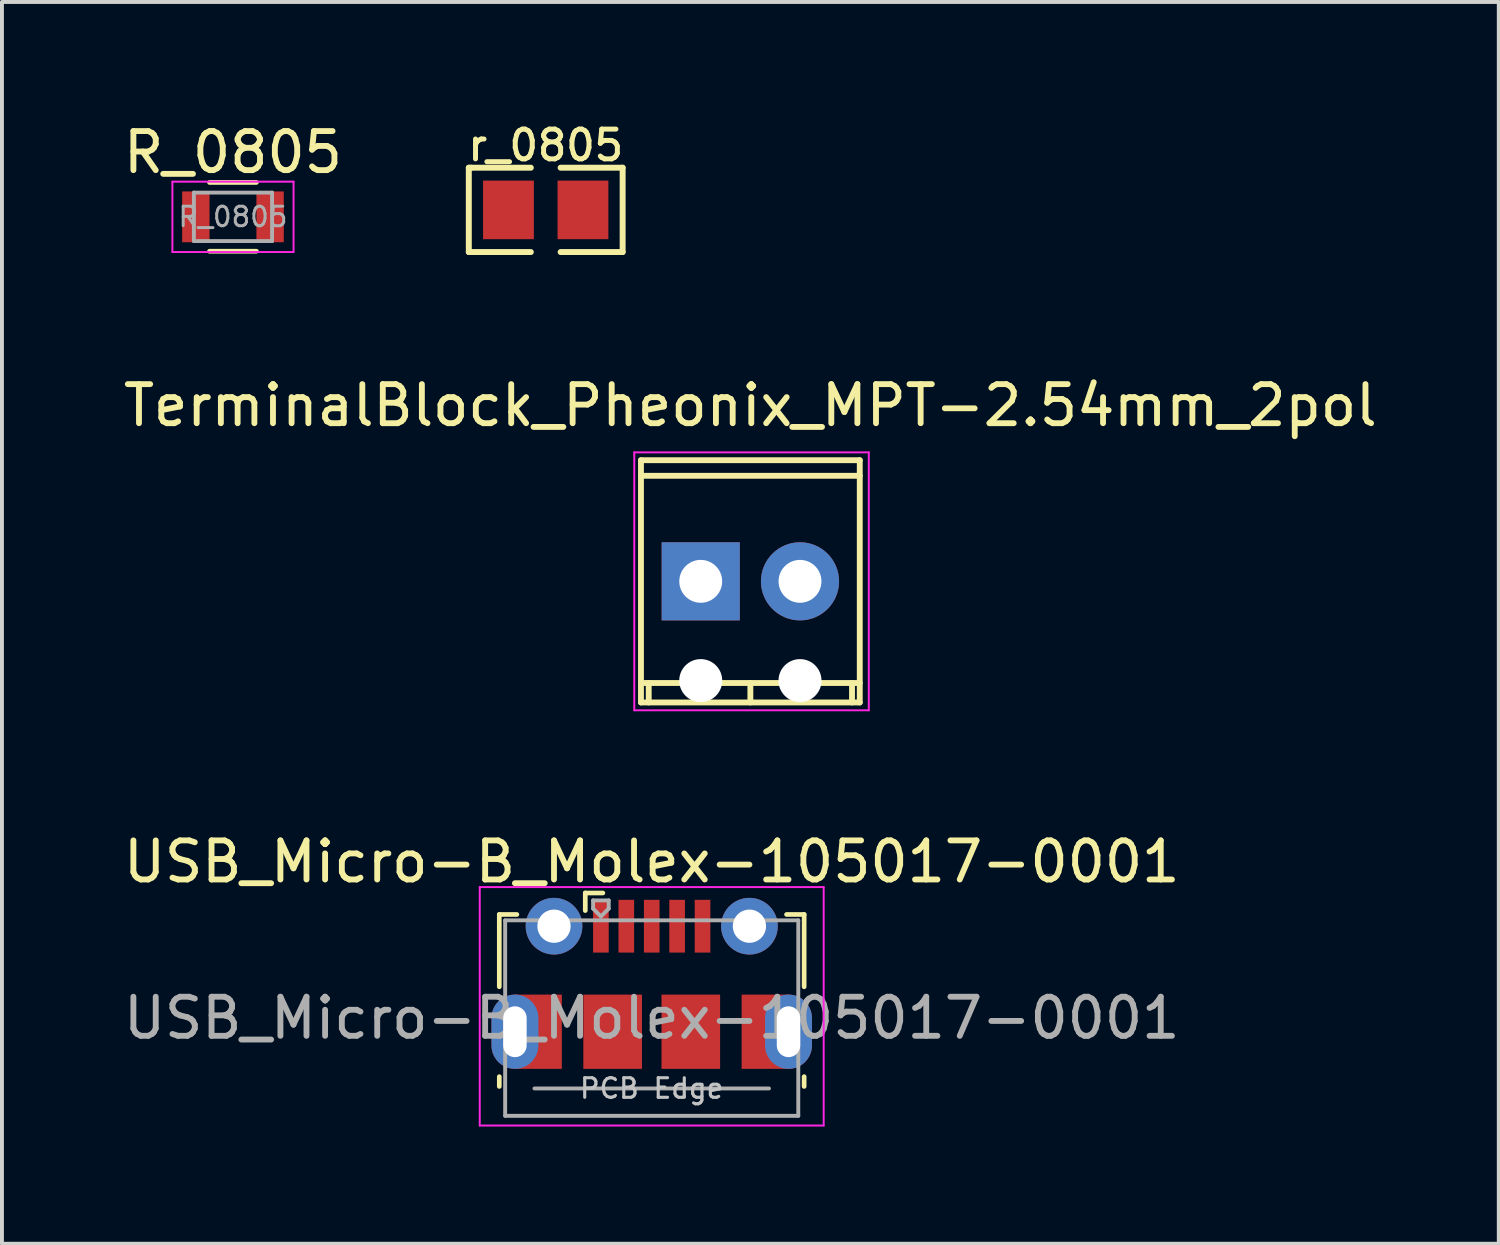
<source format=kicad_pcb>
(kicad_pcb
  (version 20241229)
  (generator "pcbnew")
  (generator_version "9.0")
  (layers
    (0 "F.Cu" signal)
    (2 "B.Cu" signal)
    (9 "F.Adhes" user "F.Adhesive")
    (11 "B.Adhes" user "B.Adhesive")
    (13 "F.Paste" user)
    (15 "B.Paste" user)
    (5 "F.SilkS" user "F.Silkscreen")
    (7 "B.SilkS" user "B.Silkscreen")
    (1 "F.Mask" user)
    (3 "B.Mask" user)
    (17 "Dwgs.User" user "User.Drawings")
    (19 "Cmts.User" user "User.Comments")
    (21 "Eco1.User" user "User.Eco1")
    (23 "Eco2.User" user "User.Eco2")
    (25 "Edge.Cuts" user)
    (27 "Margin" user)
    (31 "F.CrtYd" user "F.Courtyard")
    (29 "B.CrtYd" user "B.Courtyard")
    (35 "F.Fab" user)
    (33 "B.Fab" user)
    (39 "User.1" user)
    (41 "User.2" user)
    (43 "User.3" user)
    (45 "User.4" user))
  (footprint "USB_Micro-B_Molex-105017-0001"
    (layer "F.Cu")
    (at 13.625 22.998)
    (property "Reference" "USB_Micro-B_Molex-105017-0001" (at 0 -4 0) (layer "F.SilkS") (effects (font (size 1 1) (thickness 0.15))))
    (attr smd)
    (fp_line (start -3.9 -2.65) (end -3.45 -2.65) (stroke (width 0.12) (type solid)) (layer "F.SilkS"))
    (fp_line (start -3.9 -0.8) (end -3.9 -2.65) (stroke (width 0.12) (type solid)) (layer "F.SilkS"))
    (fp_line (start -3.9 1.75) (end -3.9 1.5) (stroke (width 0.12) (type solid)) (layer "F.SilkS"))
    (fp_line (start -1.7 -3.2) (end -1.7 -2.75) (stroke (width 0.12) (type solid)) (layer "F.SilkS"))
    (fp_line (start -1.7 -3.2) (end -1.25 -3.2) (stroke (width 0.12) (type solid)) (layer "F.SilkS"))
    (fp_line (start 3.9 -2.65) (end 3.45 -2.65) (stroke (width 0.12) (type solid)) (layer "F.SilkS"))
    (fp_line (start 3.9 -0.8) (end 3.9 -2.65) (stroke (width 0.12) (type solid)) (layer "F.SilkS"))
    (fp_line (start 3.9 1.75) (end 3.9 1.5) (stroke (width 0.12) (type solid)) (layer "F.SilkS"))
    (fp_line (start -4.4 -3.35) (end 4.4 -3.35) (stroke (width 0.05) (type solid)) (layer "F.CrtYd"))
    (fp_line (start -4.4 2.75) (end -4.4 -3.35) (stroke (width 0.05) (type solid)) (layer "F.CrtYd"))
    (fp_line (start -4.4 2.75) (end 4.4 2.75) (stroke (width 0.05) (type solid)) (layer "F.CrtYd"))
    (fp_line (start 4.4 -3.35) (end 4.4 2.75) (stroke (width 0.05) (type solid)) (layer "F.CrtYd"))
    (fp_line (start -3.75 -2.5) (end 3.75 -2.5) (stroke (width 0.1) (type solid)) (layer "F.Fab"))
    (fp_line (start -3.75 2.5) (end -3.75 -2.5) (stroke (width 0.1) (type solid)) (layer "F.Fab"))
    (fp_line (start -3.75 2.502) (end 3.75 2.502) (stroke (width 0.1) (type solid)) (layer "F.Fab"))
    (fp_line (start -3 1.802) (end 3 1.802) (stroke (width 0.1) (type solid)) (layer "F.Fab"))
    (fp_line (start -1.5 -3.01) (end -1.5 -2.8) (stroke (width 0.1) (type solid)) (layer "F.Fab"))
    (fp_line (start -1.5 -3.01) (end -1.1 -3.01) (stroke (width 0.1) (type solid)) (layer "F.Fab"))
    (fp_line (start -1.3 -2.6) (end -1.5 -2.8) (stroke (width 0.1) (type solid)) (layer "F.Fab"))
    (fp_line (start -1.1 -3.01) (end -1.1 -2.8) (stroke (width 0.1) (type solid)) (layer "F.Fab"))
    (fp_line (start -1.1 -2.8) (end -1.3 -2.6) (stroke (width 0.1) (type solid)) (layer "F.Fab"))
    (fp_line (start 3.75 2.5) (end 3.75 -2.5) (stroke (width 0.1) (type solid)) (layer "F.Fab"))
    (fp_text user "PCB Edge" (at 0 1.8 0) (layer "Dwgs.User") (effects (font (size 0.5 0.5) (thickness 0.08))))
    (fp_text user "${REFERENCE}" (at 0 0 0) (layer "F.Fab") (effects (font (size 1 1) (thickness 0.15))))
    (pad "1" smd rect (at -1.3 -2.35) (size 0.4 1.35) (layers "F.Cu" "F.Mask" "F.Paste"))
    (pad "2" smd rect (at -0.65 -2.35) (size 0.4 1.35) (layers "F.Cu" "F.Mask" "F.Paste"))
    (pad "3" smd rect (at 0 -2.35) (size 0.4 1.35) (layers "F.Cu" "F.Mask" "F.Paste"))
    (pad "4" smd rect (at 0.65 -2.35) (size 0.4 1.35) (layers "F.Cu" "F.Mask" "F.Paste"))
    (pad "5" smd rect (at 1.3 -2.35) (size 0.4 1.35) (layers "F.Cu" "F.Mask" "F.Paste"))
    (pad "6" thru_hole oval (at -3.5 0.35 180) (size 1.2 1.9) (drill oval 0.6 1.3) (layers "*.Cu" "*.Mask"))
    (pad "6" smd rect (at -2.9 0.35) (size 1.2 1.9) (layers "F.Cu" "F.Mask"))
    (pad "6" thru_hole circle (at -2.5 -2.35) (size 1.45 1.45) (drill 0.85) (layers "*.Cu" "*.Mask"))
    (pad "6" smd rect (at -1 0.35) (size 1.5 1.9) (layers "F.Cu" "F.Mask" "F.Paste"))
    (pad "6" smd rect (at 1 0.35) (size 1.5 1.9) (layers "F.Cu" "F.Mask" "F.Paste"))
    (pad "6" thru_hole circle (at 2.5 -2.35) (size 1.45 1.45) (drill 0.85) (layers "*.Cu" "*.Mask"))
    (pad "6" smd rect (at 2.9 0.35) (size 1.2 1.9) (layers "F.Cu" "F.Mask"))
    (pad "6" thru_hole oval (at 3.5 0.35) (size 1.2 1.9) (drill oval 0.6 1.3) (layers "*.Cu" "*.Mask")))
  (footprint "R_0805"
    (layer "F.Cu")
    (at 2.911 2.498)
    (property "Reference" "R_0805" (at 0 -1.65 0) (layer "F.SilkS") (effects (font (size 1 1) (thickness 0.15))))
    (attr smd)
    (fp_line (start -0.6 -0.88) (end 0.6 -0.88) (stroke (width 0.12) (type solid)) (layer "F.SilkS"))
    (fp_line (start 0.6 0.88) (end -0.6 0.88) (stroke (width 0.12) (type solid)) (layer "F.SilkS"))
    (fp_line (start -1.55 -0.9) (end -1.55 0.9) (stroke (width 0.05) (type solid)) (layer "F.CrtYd"))
    (fp_line (start -1.55 -0.9) (end 1.55 -0.9) (stroke (width 0.05) (type solid)) (layer "F.CrtYd"))
    (fp_line (start 1.55 0.9) (end -1.55 0.9) (stroke (width 0.05) (type solid)) (layer "F.CrtYd"))
    (fp_line (start 1.55 0.9) (end 1.55 -0.9) (stroke (width 0.05) (type solid)) (layer "F.CrtYd"))
    (fp_line (start -1 -0.62) (end 1 -0.62) (stroke (width 0.1) (type solid)) (layer "F.Fab"))
    (fp_line (start -1 0.62) (end -1 -0.62) (stroke (width 0.1) (type solid)) (layer "F.Fab"))
    (fp_line (start 1 -0.62) (end 1 0.62) (stroke (width 0.1) (type solid)) (layer "F.Fab"))
    (fp_line (start 1 0.62) (end -1 0.62) (stroke (width 0.1) (type solid)) (layer "F.Fab"))
    (fp_text user "${REFERENCE}" (at 0 0 0) (layer "F.Fab") (effects (font (size 0.5 0.5) (thickness 0.075))))
    (pad "1" smd rect (at -0.95 0) (size 0.7 1.3) (layers "F.Cu" "F.Mask" "F.Paste"))
    (pad "2" smd rect (at 0.95 0) (size 0.7 1.3) (layers "F.Cu" "F.Mask" "F.Paste")))
  (footprint "TerminalBlock_Pheonix_MPT-2.54mm_2pol"
    (layer "F.Cu")
    (at 14.879 11.824)
    (property "Reference" "TerminalBlock_Pheonix_MPT-2.54mm_2pol" (at 1.27 -4.501 0) (layer "F.SilkS") (effects (font (size 1 1) (thickness 0.15))))
    (attr through_hole)
    (fp_line (start -1.529 -3.099) (end -1.529 3.099) (stroke (width 0.15) (type solid)) (layer "F.SilkS"))
    (fp_line (start -1.529 -2.7) (end 4.069 -2.7) (stroke (width 0.15) (type solid)) (layer "F.SilkS"))
    (fp_line (start -1.529 3.099) (end 4.069 3.099) (stroke (width 0.15) (type solid)) (layer "F.SilkS"))
    (fp_line (start -1.331 3.099) (end -1.331 2.601) (stroke (width 0.15) (type solid)) (layer "F.SilkS"))
    (fp_line (start 1.27 3.099) (end 1.27 2.601) (stroke (width 0.15) (type solid)) (layer "F.SilkS"))
    (fp_line (start 3.871 2.601) (end 3.871 3.099) (stroke (width 0.15) (type solid)) (layer "F.SilkS"))
    (fp_line (start 4.069 -3.099) (end -1.529 -3.099) (stroke (width 0.15) (type solid)) (layer "F.SilkS"))
    (fp_line (start 4.069 2.601) (end -1.529 2.601) (stroke (width 0.15) (type solid)) (layer "F.SilkS"))
    (fp_line (start 4.069 3.099) (end 4.069 -3.099) (stroke (width 0.15) (type solid)) (layer "F.SilkS"))
    (fp_line (start -1.7 -3.3) (end 4.3 -3.3) (stroke (width 0.05) (type solid)) (layer "F.CrtYd"))
    (fp_line (start -1.7 3.3) (end -1.7 -3.3) (stroke (width 0.05) (type solid)) (layer "F.CrtYd"))
    (fp_line (start 4.3 -3.3) (end 4.3 3.3) (stroke (width 0.05) (type solid)) (layer "F.CrtYd"))
    (fp_line (start 4.3 3.3) (end -1.7 3.3) (stroke (width 0.05) (type solid)) (layer "F.CrtYd"))
    (pad "" np_thru_hole circle (at 0 2.54) (size 1.1 1.1) (drill 1.1) (layers "*.Cu" "*.Mask"))
    (pad "" np_thru_hole circle (at 2.54 2.54) (size 1.1 1.1) (drill 1.1) (layers "*.Cu" "*.Mask"))
    (pad "1" thru_hole rect (at 0 0) (size 1.999 1.999) (drill 1.097) (layers "*.Cu" "*.Mask"))
    (pad "2" thru_hole oval (at 2.54 0) (size 1.999 1.999) (drill 1.097) (layers "*.Cu" "*.Mask")))
  (footprint "r_0805"
    (layer "F.Cu")
    (at 10.913 2.32)
    (property "Reference" "r_0805" (at 0 -1.651 0) (layer "F.SilkS") (effects (font (size 0.762 0.762) (thickness 0.127))))
    (attr smd)
    (fp_line (start -1.968 -1.079) (end -1.968 1.079) (stroke (width 0.152) (type solid)) (layer "F.SilkS"))
    (fp_line (start -1.968 1.079) (end -0.381 1.079) (stroke (width 0.152) (type solid)) (layer "F.SilkS"))
    (fp_line (start -1.905 -1.079) (end -1.968 -1.079) (stroke (width 0.152) (type solid)) (layer "F.SilkS"))
    (fp_line (start -0.381 -1.079) (end -1.905 -1.079) (stroke (width 0.152) (type solid)) (layer "F.SilkS"))
    (fp_line (start 0.381 1.079) (end 1.968 1.079) (stroke (width 0.152) (type solid)) (layer "F.SilkS"))
    (fp_line (start 1.968 -1.079) (end 0.381 -1.079) (stroke (width 0.152) (type solid)) (layer "F.SilkS"))
    (fp_line (start 1.968 1.079) (end 1.968 -1.079) (stroke (width 0.152) (type solid)) (layer "F.SilkS"))
    (pad "1" smd rect (at 0.953 0) (size 1.3 1.499) (layers "F.Cu" "F.Mask" "F.Paste"))
    (pad "2" smd rect (at -0.953 0) (size 1.3 1.499) (layers "F.Cu" "F.Mask" "F.Paste")))
  (gr_rect
    (start -3 -3)
    (end 35.298 28.773)
    (stroke (width 0.1) (type default))
    (fill no)
    (layer "Edge.Cuts")))
</source>
